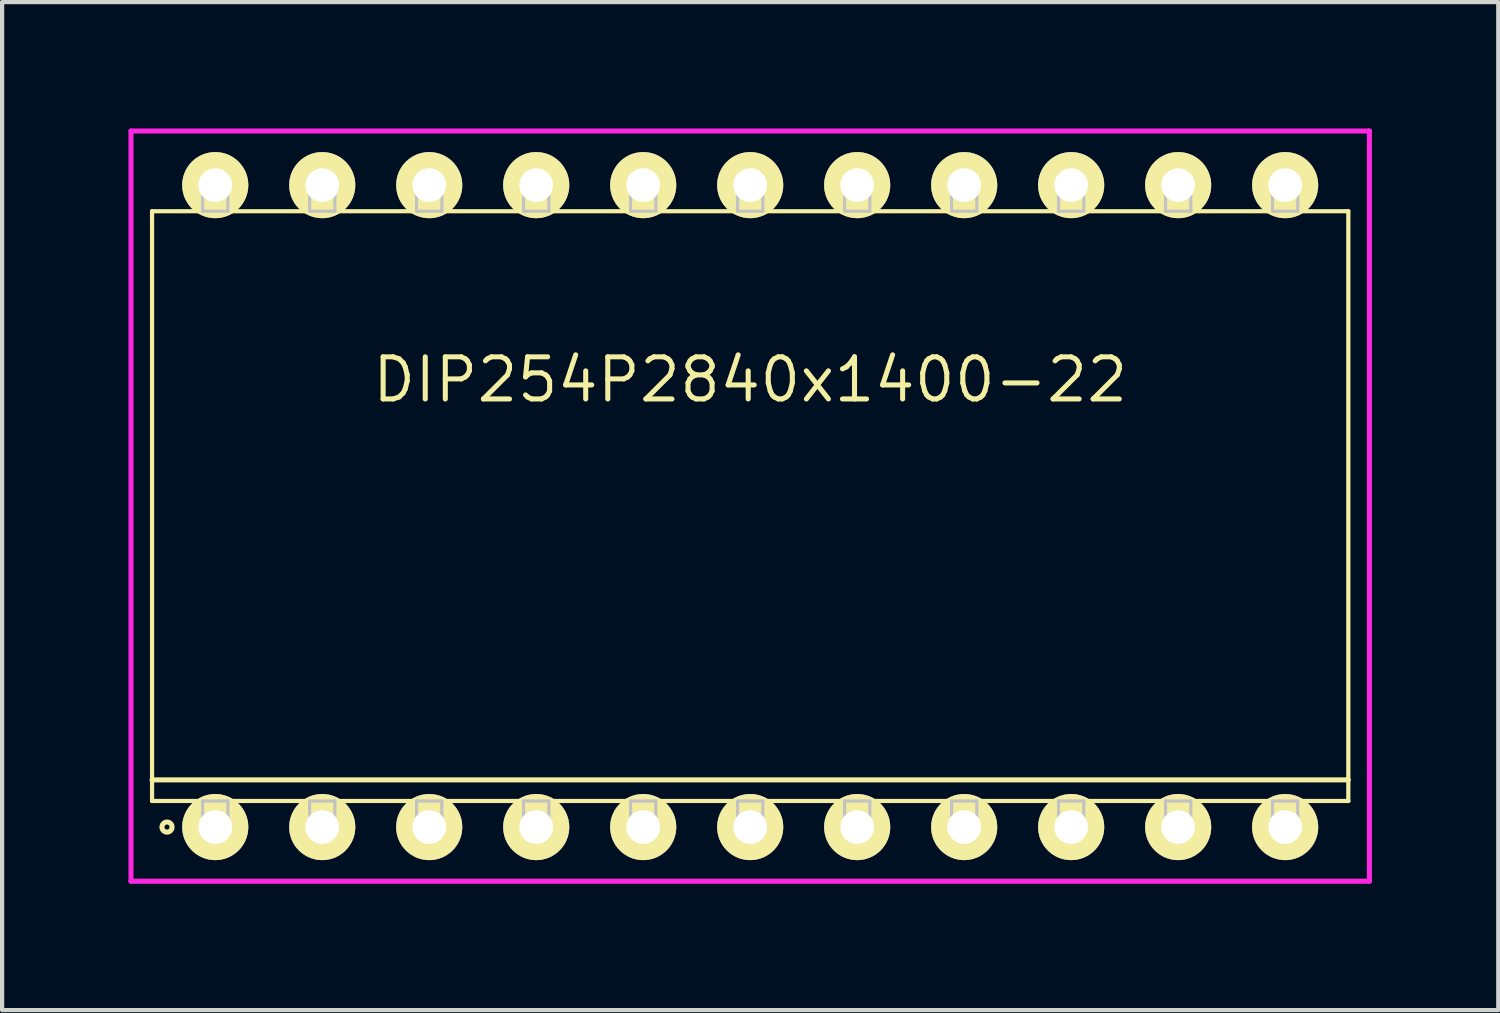
<source format=kicad_pcb>
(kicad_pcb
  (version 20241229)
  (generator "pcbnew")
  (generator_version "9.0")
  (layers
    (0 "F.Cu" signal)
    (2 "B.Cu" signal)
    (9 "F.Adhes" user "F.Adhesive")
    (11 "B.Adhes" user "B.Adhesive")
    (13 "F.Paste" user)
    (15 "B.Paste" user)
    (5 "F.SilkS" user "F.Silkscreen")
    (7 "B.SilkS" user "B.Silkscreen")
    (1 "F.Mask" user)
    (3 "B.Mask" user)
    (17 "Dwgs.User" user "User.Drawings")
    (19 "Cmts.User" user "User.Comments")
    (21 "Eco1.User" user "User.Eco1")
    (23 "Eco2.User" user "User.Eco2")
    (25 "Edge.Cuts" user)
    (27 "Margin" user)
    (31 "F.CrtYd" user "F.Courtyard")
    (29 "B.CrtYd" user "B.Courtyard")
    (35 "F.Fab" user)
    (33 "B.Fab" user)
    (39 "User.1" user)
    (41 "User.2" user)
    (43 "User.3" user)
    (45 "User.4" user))
  (footprint "DIP254P2840x1400-22"
    (layer "F.Cu")
    (at 14.76 8.965)
    (property "Reference" "DIP254P2840x1400-22" (at 0 -3 0) (layer "F.SilkS") (effects (font (size 1 1) (thickness 0.12))))
    (attr through_hole)
    (fp_line (start -14.2 -7) (end -14.2 7) (stroke (width 0.1) (type solid)) (layer "F.SilkS"))
    (fp_line (start -14.2 6.5) (end 14.2 6.5) (stroke (width 0.12) (type solid)) (layer "F.SilkS"))
    (fp_line (start -14.2 7) (end 14.2 7) (stroke (width 0.1) (type solid)) (layer "F.SilkS"))
    (fp_line (start 14.2 -7) (end -14.2 -7) (stroke (width 0.1) (type solid)) (layer "F.SilkS"))
    (fp_line (start 14.2 7) (end 14.2 -7) (stroke (width 0.1) (type solid)) (layer "F.SilkS"))
    (fp_circle (center -13.845 7.62) (end -13.725 7.62) (stroke (width 0.12) (type solid)) (fill no) (layer "F.SilkS"))
    (fp_line (start -13 -7.62) (end -13 -7) (stroke (width 0.075) (type solid)) (layer "Dwgs.User"))
    (fp_line (start -13 -7) (end -12.4 -7) (stroke (width 0.075) (type solid)) (layer "Dwgs.User"))
    (fp_line (start -13 7) (end -12.4 7) (stroke (width 0.075) (type solid)) (layer "Dwgs.User"))
    (fp_line (start -13 7.62) (end -13 7) (stroke (width 0.075) (type solid)) (layer "Dwgs.User"))
    (fp_line (start -12.4 -7.62) (end -13 -7.62) (stroke (width 0.075) (type solid)) (layer "Dwgs.User"))
    (fp_line (start -12.4 -7) (end -12.4 -7.62) (stroke (width 0.075) (type solid)) (layer "Dwgs.User"))
    (fp_line (start -12.4 7) (end -12.4 7.62) (stroke (width 0.075) (type solid)) (layer "Dwgs.User"))
    (fp_line (start -12.4 7.62) (end -13 7.62) (stroke (width 0.075) (type solid)) (layer "Dwgs.User"))
    (fp_line (start -10.46 -7.62) (end -10.46 -7) (stroke (width 0.075) (type solid)) (layer "Dwgs.User"))
    (fp_line (start -10.46 -7) (end -9.86 -7) (stroke (width 0.075) (type solid)) (layer "Dwgs.User"))
    (fp_line (start -10.46 7) (end -9.86 7) (stroke (width 0.075) (type solid)) (layer "Dwgs.User"))
    (fp_line (start -10.46 7.62) (end -10.46 7) (stroke (width 0.075) (type solid)) (layer "Dwgs.User"))
    (fp_line (start -9.86 -7.62) (end -10.46 -7.62) (stroke (width 0.075) (type solid)) (layer "Dwgs.User"))
    (fp_line (start -9.86 -7) (end -9.86 -7.62) (stroke (width 0.075) (type solid)) (layer "Dwgs.User"))
    (fp_line (start -9.86 7) (end -9.86 7.62) (stroke (width 0.075) (type solid)) (layer "Dwgs.User"))
    (fp_line (start -9.86 7.62) (end -10.46 7.62) (stroke (width 0.075) (type solid)) (layer "Dwgs.User"))
    (fp_line (start -7.92 -7.62) (end -7.92 -7) (stroke (width 0.075) (type solid)) (layer "Dwgs.User"))
    (fp_line (start -7.92 -7) (end -7.32 -7) (stroke (width 0.075) (type solid)) (layer "Dwgs.User"))
    (fp_line (start -7.92 7) (end -7.32 7) (stroke (width 0.075) (type solid)) (layer "Dwgs.User"))
    (fp_line (start -7.92 7.62) (end -7.92 7) (stroke (width 0.075) (type solid)) (layer "Dwgs.User"))
    (fp_line (start -7.32 -7.62) (end -7.92 -7.62) (stroke (width 0.075) (type solid)) (layer "Dwgs.User"))
    (fp_line (start -7.32 -7) (end -7.32 -7.62) (stroke (width 0.075) (type solid)) (layer "Dwgs.User"))
    (fp_line (start -7.32 7) (end -7.32 7.62) (stroke (width 0.075) (type solid)) (layer "Dwgs.User"))
    (fp_line (start -7.32 7.62) (end -7.92 7.62) (stroke (width 0.075) (type solid)) (layer "Dwgs.User"))
    (fp_line (start -5.38 -7.62) (end -5.38 -7) (stroke (width 0.075) (type solid)) (layer "Dwgs.User"))
    (fp_line (start -5.38 -7) (end -4.78 -7) (stroke (width 0.075) (type solid)) (layer "Dwgs.User"))
    (fp_line (start -5.38 7) (end -4.78 7) (stroke (width 0.075) (type solid)) (layer "Dwgs.User"))
    (fp_line (start -5.38 7.62) (end -5.38 7) (stroke (width 0.075) (type solid)) (layer "Dwgs.User"))
    (fp_line (start -4.78 -7.62) (end -5.38 -7.62) (stroke (width 0.075) (type solid)) (layer "Dwgs.User"))
    (fp_line (start -4.78 -7) (end -4.78 -7.62) (stroke (width 0.075) (type solid)) (layer "Dwgs.User"))
    (fp_line (start -4.78 7) (end -4.78 7.62) (stroke (width 0.075) (type solid)) (layer "Dwgs.User"))
    (fp_line (start -4.78 7.62) (end -5.38 7.62) (stroke (width 0.075) (type solid)) (layer "Dwgs.User"))
    (fp_line (start -2.84 -7.62) (end -2.84 -7) (stroke (width 0.075) (type solid)) (layer "Dwgs.User"))
    (fp_line (start -2.84 -7) (end -2.24 -7) (stroke (width 0.075) (type solid)) (layer "Dwgs.User"))
    (fp_line (start -2.84 7) (end -2.24 7) (stroke (width 0.075) (type solid)) (layer "Dwgs.User"))
    (fp_line (start -2.84 7.62) (end -2.84 7) (stroke (width 0.075) (type solid)) (layer "Dwgs.User"))
    (fp_line (start -2.24 -7.62) (end -2.84 -7.62) (stroke (width 0.075) (type solid)) (layer "Dwgs.User"))
    (fp_line (start -2.24 -7) (end -2.24 -7.62) (stroke (width 0.075) (type solid)) (layer "Dwgs.User"))
    (fp_line (start -2.24 7) (end -2.24 7.62) (stroke (width 0.075) (type solid)) (layer "Dwgs.User"))
    (fp_line (start -2.24 7.62) (end -2.84 7.62) (stroke (width 0.075) (type solid)) (layer "Dwgs.User"))
    (fp_line (start -0.3 -7.62) (end -0.3 -7) (stroke (width 0.075) (type solid)) (layer "Dwgs.User"))
    (fp_line (start -0.3 -7) (end 0.3 -7) (stroke (width 0.075) (type solid)) (layer "Dwgs.User"))
    (fp_line (start -0.3 7) (end 0.3 7) (stroke (width 0.075) (type solid)) (layer "Dwgs.User"))
    (fp_line (start -0.3 7.62) (end -0.3 7) (stroke (width 0.075) (type solid)) (layer "Dwgs.User"))
    (fp_line (start 0.3 -7.62) (end -0.3 -7.62) (stroke (width 0.075) (type solid)) (layer "Dwgs.User"))
    (fp_line (start 0.3 -7) (end 0.3 -7.62) (stroke (width 0.075) (type solid)) (layer "Dwgs.User"))
    (fp_line (start 0.3 7) (end 0.3 7.62) (stroke (width 0.075) (type solid)) (layer "Dwgs.User"))
    (fp_line (start 0.3 7.62) (end -0.3 7.62) (stroke (width 0.075) (type solid)) (layer "Dwgs.User"))
    (fp_line (start 2.24 -7.62) (end 2.24 -7) (stroke (width 0.075) (type solid)) (layer "Dwgs.User"))
    (fp_line (start 2.24 -7) (end 2.84 -7) (stroke (width 0.075) (type solid)) (layer "Dwgs.User"))
    (fp_line (start 2.24 7) (end 2.84 7) (stroke (width 0.075) (type solid)) (layer "Dwgs.User"))
    (fp_line (start 2.24 7.62) (end 2.24 7) (stroke (width 0.075) (type solid)) (layer "Dwgs.User"))
    (fp_line (start 2.84 -7.62) (end 2.24 -7.62) (stroke (width 0.075) (type solid)) (layer "Dwgs.User"))
    (fp_line (start 2.84 -7) (end 2.84 -7.62) (stroke (width 0.075) (type solid)) (layer "Dwgs.User"))
    (fp_line (start 2.84 7) (end 2.84 7.62) (stroke (width 0.075) (type solid)) (layer "Dwgs.User"))
    (fp_line (start 2.84 7.62) (end 2.24 7.62) (stroke (width 0.075) (type solid)) (layer "Dwgs.User"))
    (fp_line (start 4.78 -7.62) (end 4.78 -7) (stroke (width 0.075) (type solid)) (layer "Dwgs.User"))
    (fp_line (start 4.78 -7) (end 5.38 -7) (stroke (width 0.075) (type solid)) (layer "Dwgs.User"))
    (fp_line (start 4.78 7) (end 5.38 7) (stroke (width 0.075) (type solid)) (layer "Dwgs.User"))
    (fp_line (start 4.78 7.62) (end 4.78 7) (stroke (width 0.075) (type solid)) (layer "Dwgs.User"))
    (fp_line (start 5.38 -7.62) (end 4.78 -7.62) (stroke (width 0.075) (type solid)) (layer "Dwgs.User"))
    (fp_line (start 5.38 -7) (end 5.38 -7.62) (stroke (width 0.075) (type solid)) (layer "Dwgs.User"))
    (fp_line (start 5.38 7) (end 5.38 7.62) (stroke (width 0.075) (type solid)) (layer "Dwgs.User"))
    (fp_line (start 5.38 7.62) (end 4.78 7.62) (stroke (width 0.075) (type solid)) (layer "Dwgs.User"))
    (fp_line (start 7.32 -7.62) (end 7.32 -7) (stroke (width 0.075) (type solid)) (layer "Dwgs.User"))
    (fp_line (start 7.32 -7) (end 7.92 -7) (stroke (width 0.075) (type solid)) (layer "Dwgs.User"))
    (fp_line (start 7.32 7) (end 7.92 7) (stroke (width 0.075) (type solid)) (layer "Dwgs.User"))
    (fp_line (start 7.32 7.62) (end 7.32 7) (stroke (width 0.075) (type solid)) (layer "Dwgs.User"))
    (fp_line (start 7.92 -7.62) (end 7.32 -7.62) (stroke (width 0.075) (type solid)) (layer "Dwgs.User"))
    (fp_line (start 7.92 -7) (end 7.92 -7.62) (stroke (width 0.075) (type solid)) (layer "Dwgs.User"))
    (fp_line (start 7.92 7) (end 7.92 7.62) (stroke (width 0.075) (type solid)) (layer "Dwgs.User"))
    (fp_line (start 7.92 7.62) (end 7.32 7.62) (stroke (width 0.075) (type solid)) (layer "Dwgs.User"))
    (fp_line (start 9.86 -7.62) (end 9.86 -7) (stroke (width 0.075) (type solid)) (layer "Dwgs.User"))
    (fp_line (start 9.86 -7) (end 10.46 -7) (stroke (width 0.075) (type solid)) (layer "Dwgs.User"))
    (fp_line (start 9.86 7) (end 10.46 7) (stroke (width 0.075) (type solid)) (layer "Dwgs.User"))
    (fp_line (start 9.86 7.62) (end 9.86 7) (stroke (width 0.075) (type solid)) (layer "Dwgs.User"))
    (fp_line (start 10.46 -7.62) (end 9.86 -7.62) (stroke (width 0.075) (type solid)) (layer "Dwgs.User"))
    (fp_line (start 10.46 -7) (end 10.46 -7.62) (stroke (width 0.075) (type solid)) (layer "Dwgs.User"))
    (fp_line (start 10.46 7) (end 10.46 7.62) (stroke (width 0.075) (type solid)) (layer "Dwgs.User"))
    (fp_line (start 10.46 7.62) (end 9.86 7.62) (stroke (width 0.075) (type solid)) (layer "Dwgs.User"))
    (fp_line (start 12.4 -7.62) (end 12.4 -7) (stroke (width 0.075) (type solid)) (layer "Dwgs.User"))
    (fp_line (start 12.4 -7) (end 13 -7) (stroke (width 0.075) (type solid)) (layer "Dwgs.User"))
    (fp_line (start 12.4 7) (end 13 7) (stroke (width 0.075) (type solid)) (layer "Dwgs.User"))
    (fp_line (start 12.4 7.62) (end 12.4 7) (stroke (width 0.075) (type solid)) (layer "Dwgs.User"))
    (fp_line (start 13 -7.62) (end 12.4 -7.62) (stroke (width 0.075) (type solid)) (layer "Dwgs.User"))
    (fp_line (start 13 -7) (end 13 -7.62) (stroke (width 0.075) (type solid)) (layer "Dwgs.User"))
    (fp_line (start 13 7) (end 13 7.62) (stroke (width 0.075) (type solid)) (layer "Dwgs.User"))
    (fp_line (start 13 7.62) (end 12.4 7.62) (stroke (width 0.075) (type solid)) (layer "Dwgs.User"))
    (fp_line (start -0.75 0) (end 0.75 0) (stroke (width 0.12) (type solid)) (layer "Eco1.User"))
    (fp_line (start 0 -0.75) (end 0 0.75) (stroke (width 0.12) (type solid)) (layer "Eco1.User"))
    (fp_circle (center 0 0) (end 0.5 0) (stroke (width 0.12) (type solid)) (fill no) (layer "Eco1.User"))
    (fp_line (start -14.7 -8.905) (end -14.7 8.905) (stroke (width 0.12) (type solid)) (layer "F.CrtYd"))
    (fp_line (start -14.7 8.905) (end 14.7 8.905) (stroke (width 0.12) (type solid)) (layer "F.CrtYd"))
    (fp_line (start 14.7 -8.905) (end -14.7 -8.905) (stroke (width 0.12) (type solid)) (layer "F.CrtYd"))
    (fp_line (start 14.7 8.905) (end 14.7 -8.905) (stroke (width 0.12) (type solid)) (layer "F.CrtYd"))
    (pad "1" thru_hole oval (at -12.7 7.62) (size 1.57 1.57) (drill 0.8) (layers "*.Cu" "*.Mask" "F.SilkS"))
    (pad "2" thru_hole oval (at -10.16 7.62) (size 1.57 1.57) (drill 0.8) (layers "*.Cu" "*.Mask" "F.SilkS"))
    (pad "3" thru_hole oval (at -7.62 7.62) (size 1.57 1.57) (drill 0.8) (layers "*.Cu" "*.Mask" "F.SilkS"))
    (pad "4" thru_hole oval (at -5.08 7.62) (size 1.57 1.57) (drill 0.8) (layers "*.Cu" "*.Mask" "F.SilkS"))
    (pad "5" thru_hole oval (at -2.54 7.62) (size 1.57 1.57) (drill 0.8) (layers "*.Cu" "*.Mask" "F.SilkS"))
    (pad "6" thru_hole oval (at 0 7.62) (size 1.57 1.57) (drill 0.8) (layers "*.Cu" "*.Mask" "F.SilkS"))
    (pad "7" thru_hole oval (at 2.54 7.62) (size 1.57 1.57) (drill 0.8) (layers "*.Cu" "*.Mask" "F.SilkS"))
    (pad "8" thru_hole oval (at 5.08 7.62) (size 1.57 1.57) (drill 0.8) (layers "*.Cu" "*.Mask" "F.SilkS"))
    (pad "9" thru_hole oval (at 7.62 7.62) (size 1.57 1.57) (drill 0.8) (layers "*.Cu" "*.Mask" "F.SilkS"))
    (pad "10" thru_hole oval (at 10.16 7.62) (size 1.57 1.57) (drill 0.8) (layers "*.Cu" "*.Mask" "F.SilkS"))
    (pad "11" thru_hole oval (at 12.7 7.62) (size 1.57 1.57) (drill 0.8) (layers "*.Cu" "*.Mask" "F.SilkS"))
    (pad "12" thru_hole oval (at 12.7 -7.62) (size 1.57 1.57) (drill 0.8) (layers "*.Cu" "*.Mask" "F.SilkS"))
    (pad "13" thru_hole oval (at 10.16 -7.62) (size 1.57 1.57) (drill 0.8) (layers "*.Cu" "*.Mask" "F.SilkS"))
    (pad "14" thru_hole oval (at 7.62 -7.62) (size 1.57 1.57) (drill 0.8) (layers "*.Cu" "*.Mask" "F.SilkS"))
    (pad "15" thru_hole oval (at 5.08 -7.62) (size 1.57 1.57) (drill 0.8) (layers "*.Cu" "*.Mask" "F.SilkS"))
    (pad "16" thru_hole oval (at 2.54 -7.62) (size 1.57 1.57) (drill 0.8) (layers "*.Cu" "*.Mask" "F.SilkS"))
    (pad "17" thru_hole oval (at 0 -7.62) (size 1.57 1.57) (drill 0.8) (layers "*.Cu" "*.Mask" "F.SilkS"))
    (pad "18" thru_hole oval (at -2.54 -7.62) (size 1.57 1.57) (drill 0.8) (layers "*.Cu" "*.Mask" "F.SilkS"))
    (pad "19" thru_hole oval (at -5.08 -7.62) (size 1.57 1.57) (drill 0.8) (layers "*.Cu" "*.Mask" "F.SilkS"))
    (pad "20" thru_hole oval (at -7.62 -7.62) (size 1.57 1.57) (drill 0.8) (layers "*.Cu" "*.Mask" "F.SilkS"))
    (pad "21" thru_hole oval (at -10.16 -7.62) (size 1.57 1.57) (drill 0.8) (layers "*.Cu" "*.Mask" "F.SilkS"))
    (pad "22" thru_hole oval (at -12.7 -7.62) (size 1.57 1.57) (drill 0.8) (layers "*.Cu" "*.Mask" "F.SilkS")))
  (gr_rect
    (start -3 -3)
    (end 32.52 20.93)
    (stroke (width 0.1) (type default))
    (fill no)
    (layer "Edge.Cuts")))
</source>
